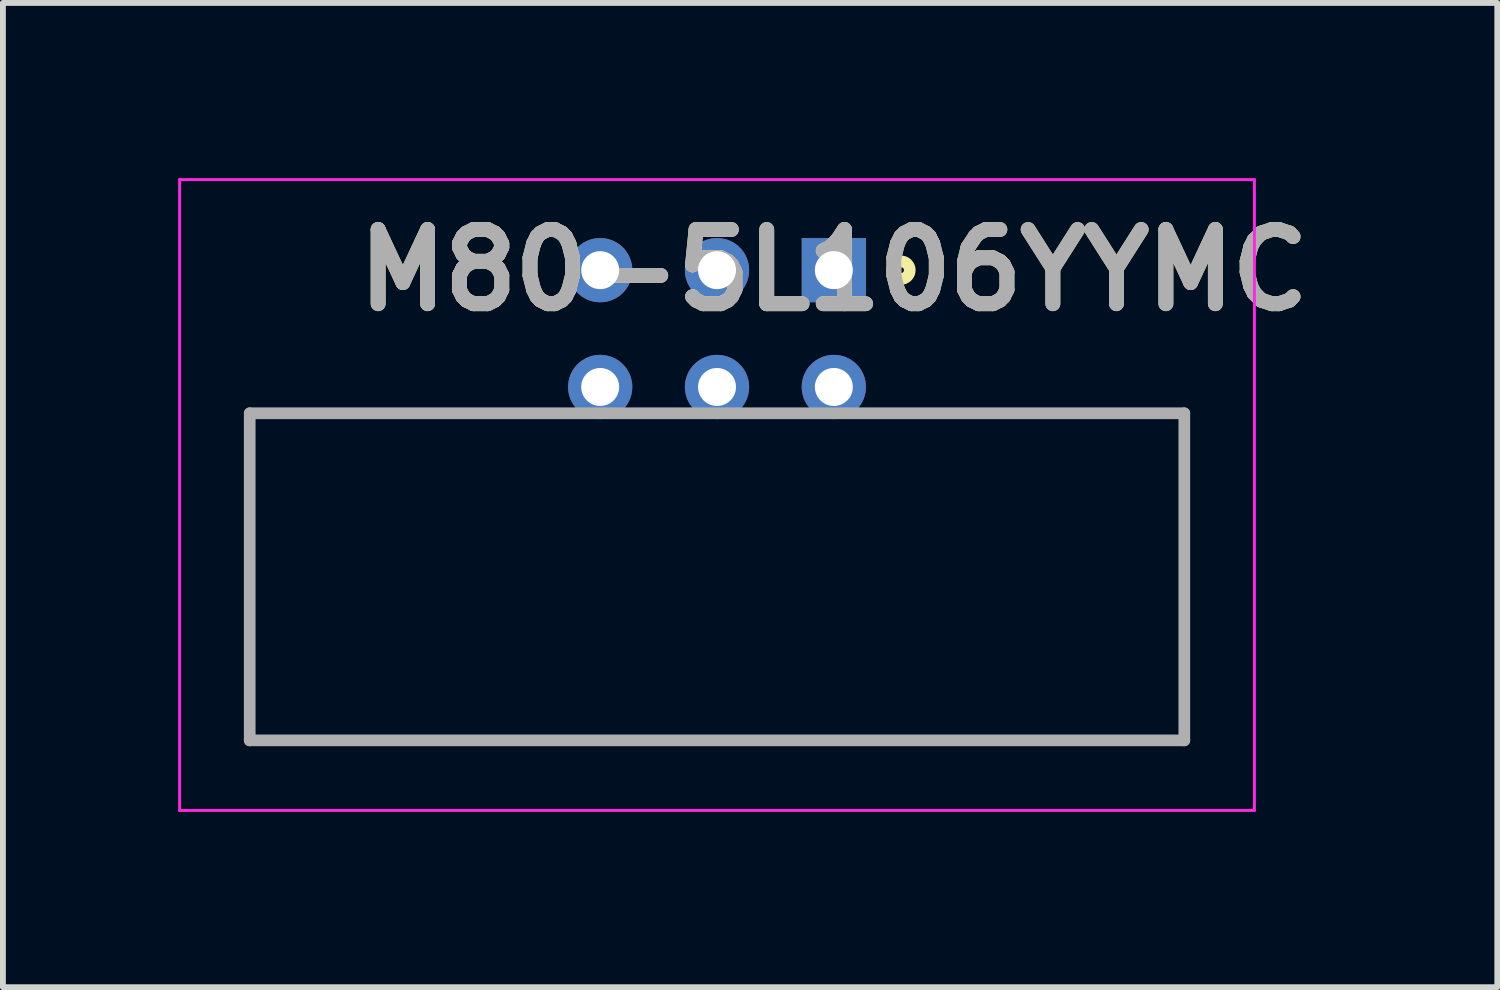
<source format=kicad_pcb>
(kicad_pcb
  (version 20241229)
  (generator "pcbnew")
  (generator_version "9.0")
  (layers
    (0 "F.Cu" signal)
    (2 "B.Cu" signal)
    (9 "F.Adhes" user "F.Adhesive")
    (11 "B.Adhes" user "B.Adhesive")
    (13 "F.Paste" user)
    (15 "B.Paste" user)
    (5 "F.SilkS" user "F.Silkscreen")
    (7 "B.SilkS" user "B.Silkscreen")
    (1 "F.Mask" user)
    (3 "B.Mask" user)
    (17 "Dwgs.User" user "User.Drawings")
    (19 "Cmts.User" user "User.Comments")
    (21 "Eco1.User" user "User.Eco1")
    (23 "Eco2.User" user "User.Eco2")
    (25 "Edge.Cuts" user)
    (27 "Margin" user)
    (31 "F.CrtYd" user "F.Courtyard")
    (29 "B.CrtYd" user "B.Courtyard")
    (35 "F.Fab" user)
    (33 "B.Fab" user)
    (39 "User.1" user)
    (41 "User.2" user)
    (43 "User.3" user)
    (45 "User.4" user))
  (footprint "M80-5L106YYMC"
    (layer "F.Cu")
    (at 11.225 1.575)
    (property "Reference" "M80-5L106YYMC" (at 0 0 0) (layer "F.SilkS") (effects (font (size 1.27 1.27) (thickness 0.254))))
    (attr through_hole)
    (fp_line (start -10 8.05) (end -10 2.45) (stroke (width 0.1) (type solid)) (layer "F.SilkS"))
    (fp_line (start 6 2.45) (end 6 8.05) (stroke (width 0.1) (type solid)) (layer "F.SilkS"))
    (fp_line (start 6 8.05) (end -10 8.05) (stroke (width 0.1) (type solid)) (layer "F.SilkS"))
    (fp_circle (center 1.15 0) (end 1.15 0.05) (stroke (width 0.2) (type solid)) (fill no) (layer "F.SilkS"))
    (fp_line (start -11.2 -1.55) (end 7.2 -1.55) (stroke (width 0.05) (type solid)) (layer "F.CrtYd"))
    (fp_line (start -11.2 9.25) (end -11.2 -1.55) (stroke (width 0.05) (type solid)) (layer "F.CrtYd"))
    (fp_line (start 7.2 -1.55) (end 7.2 9.25) (stroke (width 0.05) (type solid)) (layer "F.CrtYd"))
    (fp_line (start 7.2 9.25) (end -11.2 9.25) (stroke (width 0.05) (type solid)) (layer "F.CrtYd"))
    (fp_line (start -10 2.45) (end 6 2.45) (stroke (width 0.2) (type solid)) (layer "F.Fab"))
    (fp_line (start -10 8.05) (end -10 2.45) (stroke (width 0.2) (type solid)) (layer "F.Fab"))
    (fp_line (start 6 2.45) (end 6 8.05) (stroke (width 0.2) (type solid)) (layer "F.Fab"))
    (fp_line (start 6 8.05) (end -10 8.05) (stroke (width 0.2) (type solid)) (layer "F.Fab"))
    (fp_text user "${REFERENCE}" (at 0 0 0) (layer "F.Fab") (effects (font (size 1.27 1.27) (thickness 0.254))))
    (pad "1" thru_hole rect (at 0 0) (size 1.1 1.1) (drill 0.65) (layers "*.Cu" "*.Mask"))
    (pad "2" thru_hole circle (at -2 0) (size 1.1 1.1) (drill 0.65) (layers "*.Cu" "*.Mask"))
    (pad "3" thru_hole circle (at -4 0) (size 1.1 1.1) (drill 0.65) (layers "*.Cu" "*.Mask"))
    (pad "4" thru_hole circle (at 0 2) (size 1.1 1.1) (drill 0.65) (layers "*.Cu" "*.Mask"))
    (pad "5" thru_hole circle (at -2 2) (size 1.1 1.1) (drill 0.65) (layers "*.Cu" "*.Mask"))
    (pad "6" thru_hole circle (at -4 2) (size 1.1 1.1) (drill 0.65) (layers "*.Cu" "*.Mask")))
  (gr_rect
    (start -3 -3)
    (end 22.583 13.85)
    (stroke (width 0.1) (type default))
    (fill no)
    (layer "Edge.Cuts")))
</source>
